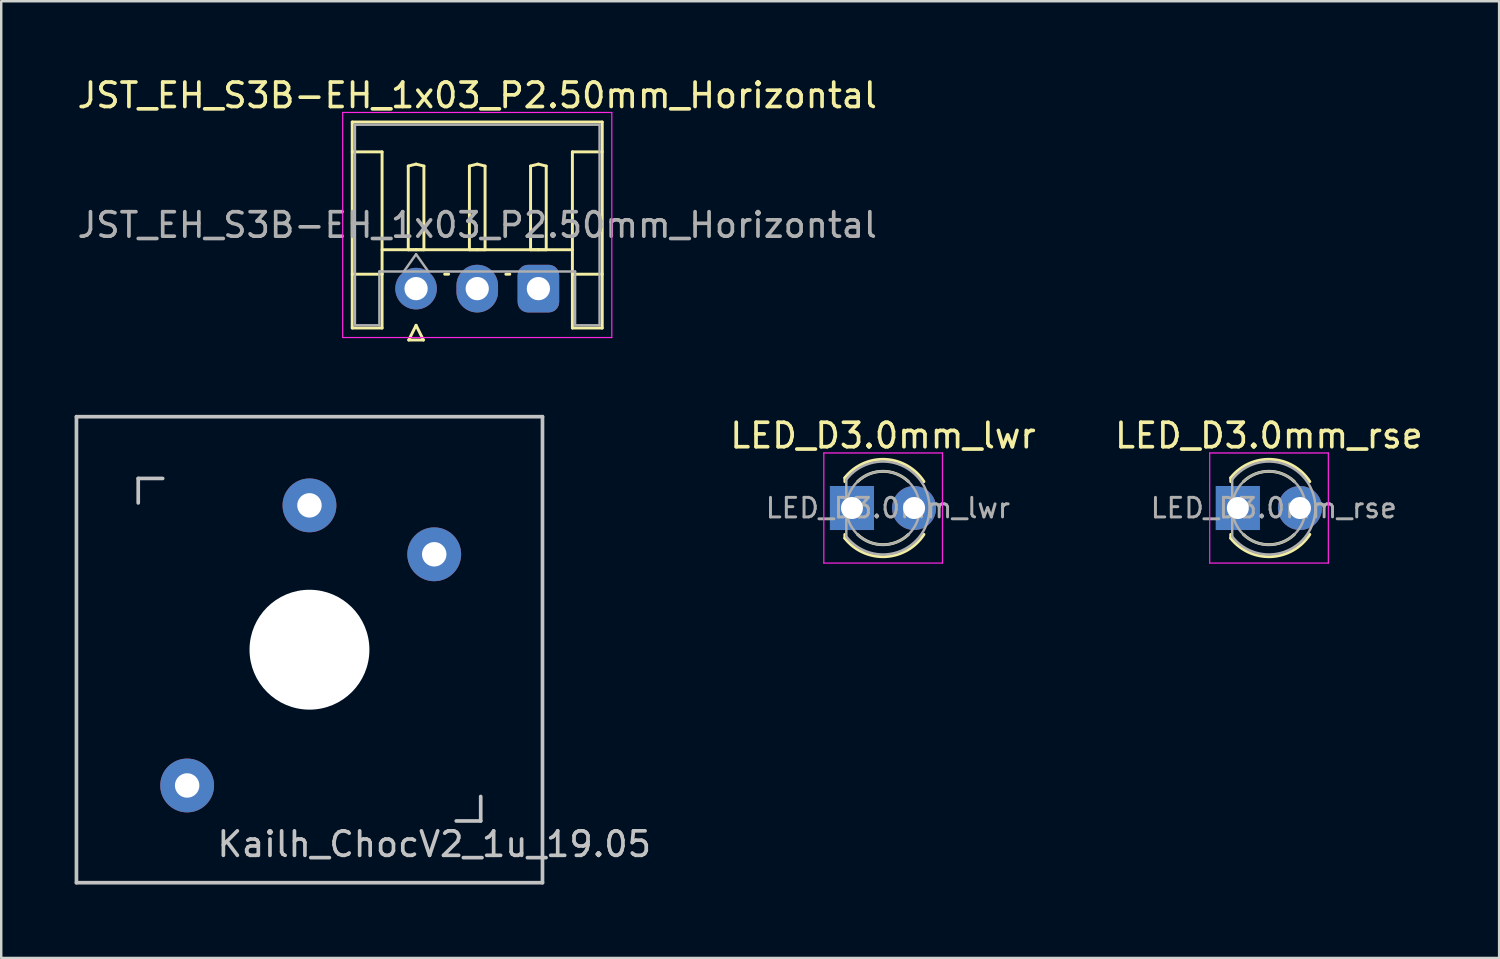
<source format=kicad_pcb>
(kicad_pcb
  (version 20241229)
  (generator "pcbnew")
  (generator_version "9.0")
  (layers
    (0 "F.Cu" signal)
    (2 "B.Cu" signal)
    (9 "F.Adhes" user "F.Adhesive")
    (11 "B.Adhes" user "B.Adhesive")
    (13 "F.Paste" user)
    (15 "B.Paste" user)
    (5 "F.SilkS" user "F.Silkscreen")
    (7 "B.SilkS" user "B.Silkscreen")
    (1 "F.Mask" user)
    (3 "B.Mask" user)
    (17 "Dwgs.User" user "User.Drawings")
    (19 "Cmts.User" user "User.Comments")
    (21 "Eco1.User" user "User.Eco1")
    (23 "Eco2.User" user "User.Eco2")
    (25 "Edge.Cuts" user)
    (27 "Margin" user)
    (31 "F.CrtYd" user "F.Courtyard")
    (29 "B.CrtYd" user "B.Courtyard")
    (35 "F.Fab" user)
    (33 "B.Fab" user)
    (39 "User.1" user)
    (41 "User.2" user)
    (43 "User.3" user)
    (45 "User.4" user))
  (footprint "Kailh_ChocV2_1u_19.05"
    (layer "F.Cu")
    (at 9.6 23.508)
    (property "Reference" "Kailh_ChocV2_1u_19.05" (at 5.1 7.95 180) (layer "Dwgs.User") (effects (font (size 1 1) (thickness 0.15))))
    (attr through_hole)
    (fp_line (start -9.525 -9.525) (end 9.525 -9.525) (stroke (width 0.15) (type solid)) (layer "Dwgs.User"))
    (fp_line (start -9.525 9.525) (end -9.525 -9.525) (stroke (width 0.15) (type solid)) (layer "Dwgs.User"))
    (fp_line (start -7 -7) (end -6 -7) (stroke (width 0.15) (type solid)) (layer "Dwgs.User"))
    (fp_line (start -7 -6) (end -7 -7) (stroke (width 0.15) (type solid)) (layer "Dwgs.User"))
    (fp_line (start 6 7) (end 7 7) (stroke (width 0.15) (type solid)) (layer "Dwgs.User"))
    (fp_line (start 7 7) (end 7 6) (stroke (width 0.15) (type solid)) (layer "Dwgs.User"))
    (fp_line (start 9.525 -9.525) (end 9.525 9.525) (stroke (width 0.15) (type solid)) (layer "Dwgs.User"))
    (fp_line (start 9.525 9.525) (end -9.525 9.525) (stroke (width 0.15) (type solid)) (layer "Dwgs.User"))
    (pad "" np_thru_hole circle (at 0 0 270) (size 4.9 4.9) (drill 4.9) (layers "*.Cu" "*.Mask"))
    (pad "1" thru_hole circle (at 5.1 -3.9 180) (size 2.2 2.2) (drill 1) (layers "*.Cu" "B.Mask"))
    (pad "2" thru_hole circle (at 0 -5.9 180) (size 2.2 2.2) (drill 1) (layers "*.Cu" "B.Mask"))
    (pad "3" thru_hole circle (at -5 5.55 180.5) (size 2.2 2.2) (drill 1) (layers "*.Cu" "B.Mask")))
  (footprint "LED_D3.0mm_rse"
    (layer "F.Cu")
    (at 47.549 17.716)
    (property "Reference" "LED_D3.0mm_rse" (at 1.27 -2.96 0) (layer "F.SilkS") (effects (font (size 1 1) (thickness 0.15))))
    (attr through_hole)
    (fp_line (start -0.29 -1.236) (end -0.29 -1.08) (stroke (width 0.12) (type solid)) (layer "F.SilkS"))
    (fp_line (start -0.29 1.08) (end -0.29 1.236) (stroke (width 0.12) (type solid)) (layer "F.SilkS"))
    (fp_arc (start -0.29 -1.235516) (mid 1.366487 -1.987659) (end 2.942335 -1.078608) (stroke (width 0.12) (type solid)) (layer "F.SilkS"))
    (fp_arc (start 0.229039 -1.08) (mid 1.270117 -1.5) (end 2.31113 -1.079837) (stroke (width 0.12) (type solid)) (layer "F.SilkS"))
    (fp_arc (start 2.31113 1.079837) (mid 1.270117 1.5) (end 0.229039 1.08) (stroke (width 0.12) (type solid)) (layer "F.SilkS"))
    (fp_arc (start 2.942335 1.078608) (mid 1.366487 1.987659) (end -0.29 1.235516) (stroke (width 0.12) (type solid)) (layer "F.SilkS"))
    (fp_line (start -1.15 -2.25) (end -1.15 2.25) (stroke (width 0.05) (type solid)) (layer "F.CrtYd"))
    (fp_line (start -1.15 2.25) (end 3.7 2.25) (stroke (width 0.05) (type solid)) (layer "F.CrtYd"))
    (fp_line (start 3.7 -2.25) (end -1.15 -2.25) (stroke (width 0.05) (type solid)) (layer "F.CrtYd"))
    (fp_line (start 3.7 2.25) (end 3.7 -2.25) (stroke (width 0.05) (type solid)) (layer "F.CrtYd"))
    (fp_line (start -0.23 -1.166) (end -0.23 1.166) (stroke (width 0.1) (type solid)) (layer "F.Fab"))
    (fp_arc (start -0.23 -1.16619) (mid 3.17 0.000452) (end -0.230555 1.165476) (stroke (width 0.1) (type solid)) (layer "F.Fab"))
    (fp_circle (center 1.27 0) (end 2.77 0) (stroke (width 0.1) (type solid)) (fill no) (layer "F.Fab"))
    (fp_text user "${REFERENCE}" (at 1.47 0 0) (layer "F.Fab") (effects (font (size 0.8 0.8) (thickness 0.12))))
    (pad "1" thru_hole rect (at 0 0) (size 1.8 1.8) (drill 0.9) (layers "*.Cu" "*.Mask"))
    (pad "2" thru_hole circle (at 2.54 0) (size 1.8 1.8) (drill 0.9) (layers "*.Cu" "*.Mask")))
  (footprint "JST_EH_S3B-EH_1x03_P2.50mm_Horizontal"
    (layer "F.Cu")
    (at 13.958 8.748)
    (property "Reference" "JST_EH_S3B-EH_1x03_P2.50mm_Horizontal" (at 2.5 -7.9 180) (layer "F.SilkS") (effects (font (size 1 1) (thickness 0.15))))
    (attr through_hole)
    (fp_line (start -2.61 -6.81) (end 7.61 -6.81) (stroke (width 0.12) (type solid)) (layer "F.SilkS"))
    (fp_line (start -2.61 -5.59) (end -1.39 -5.59) (stroke (width 0.12) (type solid)) (layer "F.SilkS"))
    (fp_line (start -2.61 1.61) (end -2.61 -6.81) (stroke (width 0.12) (type solid)) (layer "F.SilkS"))
    (fp_line (start -1.39 -5.59) (end -1.39 -0.59) (stroke (width 0.12) (type solid)) (layer "F.SilkS"))
    (fp_line (start -1.39 -1.59) (end 6.39 -1.59) (stroke (width 0.12) (type solid)) (layer "F.SilkS"))
    (fp_line (start -1.39 -0.59) (end -2.61 -0.59) (stroke (width 0.12) (type solid)) (layer "F.SilkS"))
    (fp_line (start -1.39 -0.59) (end -1.39 1.61) (stroke (width 0.12) (type solid)) (layer "F.SilkS"))
    (fp_line (start -1.39 1.61) (end -2.61 1.61) (stroke (width 0.12) (type solid)) (layer "F.SilkS"))
    (fp_line (start -0.32 -5.01) (end 0 -5.09) (stroke (width 0.12) (type solid)) (layer "F.SilkS"))
    (fp_line (start -0.32 -1.59) (end -0.32 -5.01) (stroke (width 0.12) (type solid)) (layer "F.SilkS"))
    (fp_line (start -0.3 2.1) (end 0.3 2.1) (stroke (width 0.12) (type solid)) (layer "F.SilkS"))
    (fp_line (start 0 -5.09) (end 0.32 -5.01) (stroke (width 0.12) (type solid)) (layer "F.SilkS"))
    (fp_line (start 0 -1.59) (end -0.32 -1.59) (stroke (width 0.12) (type solid)) (layer "F.SilkS"))
    (fp_line (start 0 1.5) (end -0.3 2.1) (stroke (width 0.12) (type solid)) (layer "F.SilkS"))
    (fp_line (start 0.3 2.1) (end 0 1.5) (stroke (width 0.12) (type solid)) (layer "F.SilkS"))
    (fp_line (start 0.32 -5.01) (end 0.32 -1.59) (stroke (width 0.12) (type solid)) (layer "F.SilkS"))
    (fp_line (start 0.32 -1.59) (end 0 -1.59) (stroke (width 0.12) (type solid)) (layer "F.SilkS"))
    (fp_line (start 1.17 -0.59) (end 1.33 -0.59) (stroke (width 0.12) (type solid)) (layer "F.SilkS"))
    (fp_line (start 2.18 -5.01) (end 2.5 -5.09) (stroke (width 0.12) (type solid)) (layer "F.SilkS"))
    (fp_line (start 2.18 -1.59) (end 2.18 -5.01) (stroke (width 0.12) (type solid)) (layer "F.SilkS"))
    (fp_line (start 2.5 -5.09) (end 2.82 -5.01) (stroke (width 0.12) (type solid)) (layer "F.SilkS"))
    (fp_line (start 2.5 -1.59) (end 2.18 -1.59) (stroke (width 0.12) (type solid)) (layer "F.SilkS"))
    (fp_line (start 2.82 -5.01) (end 2.82 -1.59) (stroke (width 0.12) (type solid)) (layer "F.SilkS"))
    (fp_line (start 2.82 -1.59) (end 2.5 -1.59) (stroke (width 0.12) (type solid)) (layer "F.SilkS"))
    (fp_line (start 3.67 -0.59) (end 3.83 -0.59) (stroke (width 0.12) (type solid)) (layer "F.SilkS"))
    (fp_line (start 4.68 -5.01) (end 5 -5.09) (stroke (width 0.12) (type solid)) (layer "F.SilkS"))
    (fp_line (start 4.68 -1.59) (end 4.68 -5.01) (stroke (width 0.12) (type solid)) (layer "F.SilkS"))
    (fp_line (start 5 -5.09) (end 5.32 -5.01) (stroke (width 0.12) (type solid)) (layer "F.SilkS"))
    (fp_line (start 5 -1.59) (end 4.68 -1.59) (stroke (width 0.12) (type solid)) (layer "F.SilkS"))
    (fp_line (start 5.32 -5.01) (end 5.32 -1.59) (stroke (width 0.12) (type solid)) (layer "F.SilkS"))
    (fp_line (start 5.32 -1.59) (end 5 -1.59) (stroke (width 0.12) (type solid)) (layer "F.SilkS"))
    (fp_line (start 6.39 -5.59) (end 6.39 -0.59) (stroke (width 0.12) (type solid)) (layer "F.SilkS"))
    (fp_line (start 6.39 -0.59) (end 7.61 -0.59) (stroke (width 0.12) (type solid)) (layer "F.SilkS"))
    (fp_line (start 6.39 1.61) (end 6.39 -0.59) (stroke (width 0.12) (type solid)) (layer "F.SilkS"))
    (fp_line (start 7.61 -6.81) (end 7.61 1.61) (stroke (width 0.12) (type solid)) (layer "F.SilkS"))
    (fp_line (start 7.61 -5.59) (end 6.39 -5.59) (stroke (width 0.12) (type solid)) (layer "F.SilkS"))
    (fp_line (start 7.61 1.61) (end 6.39 1.61) (stroke (width 0.12) (type solid)) (layer "F.SilkS"))
    (fp_line (start -3 -7.2) (end -3 2) (stroke (width 0.05) (type solid)) (layer "F.CrtYd"))
    (fp_line (start -3 2) (end 8 2) (stroke (width 0.05) (type solid)) (layer "F.CrtYd"))
    (fp_line (start 8 -7.2) (end -3 -7.2) (stroke (width 0.05) (type solid)) (layer "F.CrtYd"))
    (fp_line (start 8 2) (end 8 -7.2) (stroke (width 0.05) (type solid)) (layer "F.CrtYd"))
    (fp_line (start -2.5 -6.7) (end 7.5 -6.7) (stroke (width 0.1) (type solid)) (layer "F.Fab"))
    (fp_line (start -2.5 1.5) (end -2.5 -6.7) (stroke (width 0.1) (type solid)) (layer "F.Fab"))
    (fp_line (start -1.5 -0.7) (end -1.5 1.5) (stroke (width 0.1) (type solid)) (layer "F.Fab"))
    (fp_line (start -1.5 1.5) (end -2.5 1.5) (stroke (width 0.1) (type solid)) (layer "F.Fab"))
    (fp_line (start -0.5 -0.7) (end 0 -1.407) (stroke (width 0.1) (type solid)) (layer "F.Fab"))
    (fp_line (start 0 -1.407) (end 0.5 -0.7) (stroke (width 0.1) (type solid)) (layer "F.Fab"))
    (fp_line (start 6.5 -0.7) (end -1.5 -0.7) (stroke (width 0.1) (type solid)) (layer "F.Fab"))
    (fp_line (start 6.5 1.5) (end 6.5 -0.7) (stroke (width 0.1) (type solid)) (layer "F.Fab"))
    (fp_line (start 7.5 -6.7) (end 7.5 1.5) (stroke (width 0.1) (type solid)) (layer "F.Fab"))
    (fp_line (start 7.5 1.5) (end 6.5 1.5) (stroke (width 0.1) (type solid)) (layer "F.Fab"))
    (fp_text user "${REFERENCE}" (at 2.5 -2.6 180) (layer "F.Fab") (effects (font (size 1 1) (thickness 0.15))))
    (pad "1" thru_hole roundrect (at 5 0) (size 1.7 1.95) (drill 0.95) (layers "*.Cu" "*.Mask") (roundrect_rratio 0.25))
    (pad "2" thru_hole circle (at 0 0) (size 1.7 1.7) (drill 0.95) (layers "*.Cu" "*.Mask"))
    (pad "2" thru_hole oval (at 2.5 0) (size 1.7 1.95) (drill 0.95) (layers "*.Cu" "*.Mask")))
  (footprint "LED_D3.0mm_lwr"
    (layer "F.Cu")
    (at 31.775 17.716)
    (property "Reference" "LED_D3.0mm_lwr" (at 1.27 -2.96 0) (layer "F.SilkS") (effects (font (size 1 1) (thickness 0.15))))
    (attr through_hole)
    (fp_line (start -0.29 -1.236) (end -0.29 -1.08) (stroke (width 0.12) (type solid)) (layer "F.SilkS"))
    (fp_line (start -0.29 1.08) (end -0.29 1.236) (stroke (width 0.12) (type solid)) (layer "F.SilkS"))
    (fp_arc (start -0.29 -1.235516) (mid 1.366487 -1.987659) (end 2.942335 -1.078608) (stroke (width 0.12) (type solid)) (layer "F.SilkS"))
    (fp_arc (start 0.229039 -1.08) (mid 1.270117 -1.5) (end 2.31113 -1.079837) (stroke (width 0.12) (type solid)) (layer "F.SilkS"))
    (fp_arc (start 2.31113 1.079837) (mid 1.270117 1.5) (end 0.229039 1.08) (stroke (width 0.12) (type solid)) (layer "F.SilkS"))
    (fp_arc (start 2.942335 1.078608) (mid 1.366487 1.987659) (end -0.29 1.235516) (stroke (width 0.12) (type solid)) (layer "F.SilkS"))
    (fp_line (start -1.15 -2.25) (end -1.15 2.25) (stroke (width 0.05) (type solid)) (layer "F.CrtYd"))
    (fp_line (start -1.15 2.25) (end 3.7 2.25) (stroke (width 0.05) (type solid)) (layer "F.CrtYd"))
    (fp_line (start 3.7 -2.25) (end -1.15 -2.25) (stroke (width 0.05) (type solid)) (layer "F.CrtYd"))
    (fp_line (start 3.7 2.25) (end 3.7 -2.25) (stroke (width 0.05) (type solid)) (layer "F.CrtYd"))
    (fp_line (start -0.23 -1.166) (end -0.23 1.166) (stroke (width 0.1) (type solid)) (layer "F.Fab"))
    (fp_arc (start -0.23 -1.16619) (mid 3.17 0.000452) (end -0.230555 1.165476) (stroke (width 0.1) (type solid)) (layer "F.Fab"))
    (fp_circle (center 1.27 0) (end 2.77 0) (stroke (width 0.1) (type solid)) (fill no) (layer "F.Fab"))
    (fp_text user "${REFERENCE}" (at 1.47 0 0) (layer "F.Fab") (effects (font (size 0.8 0.8) (thickness 0.12))))
    (pad "1" thru_hole rect (at 0 0) (size 1.8 1.8) (drill 0.9) (layers "*.Cu" "*.Mask"))
    (pad "2" thru_hole circle (at 2.54 0) (size 1.8 1.8) (drill 0.9) (layers "*.Cu" "*.Mask")))
  (gr_rect
    (start -3 -3)
    (end 58.23 36.108)
    (stroke (width 0.1) (type default))
    (fill no)
    (layer "Edge.Cuts")))
</source>
